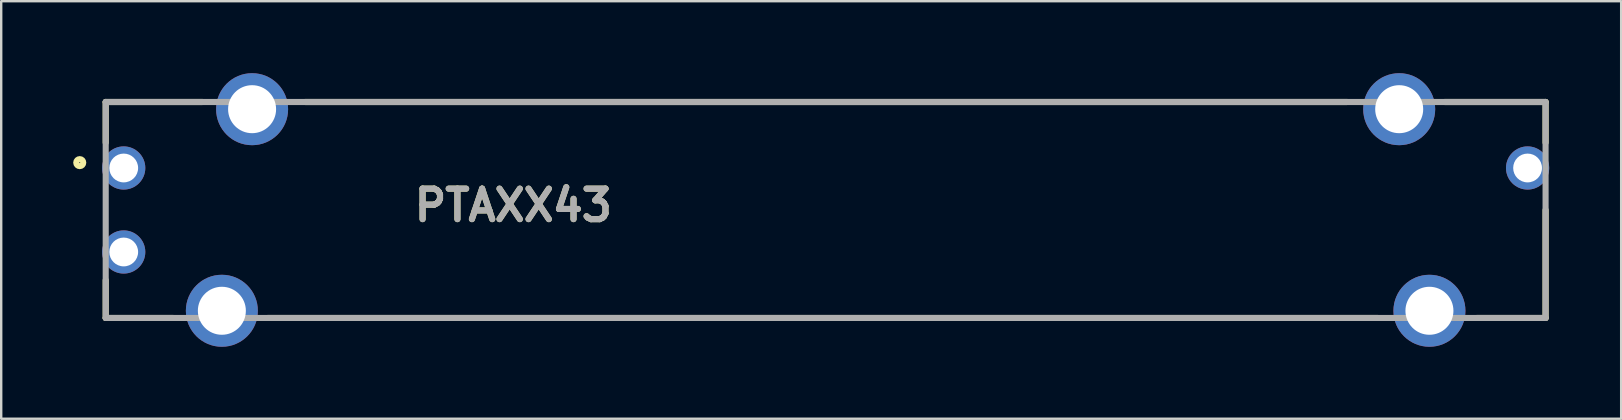
<source format=kicad_pcb>
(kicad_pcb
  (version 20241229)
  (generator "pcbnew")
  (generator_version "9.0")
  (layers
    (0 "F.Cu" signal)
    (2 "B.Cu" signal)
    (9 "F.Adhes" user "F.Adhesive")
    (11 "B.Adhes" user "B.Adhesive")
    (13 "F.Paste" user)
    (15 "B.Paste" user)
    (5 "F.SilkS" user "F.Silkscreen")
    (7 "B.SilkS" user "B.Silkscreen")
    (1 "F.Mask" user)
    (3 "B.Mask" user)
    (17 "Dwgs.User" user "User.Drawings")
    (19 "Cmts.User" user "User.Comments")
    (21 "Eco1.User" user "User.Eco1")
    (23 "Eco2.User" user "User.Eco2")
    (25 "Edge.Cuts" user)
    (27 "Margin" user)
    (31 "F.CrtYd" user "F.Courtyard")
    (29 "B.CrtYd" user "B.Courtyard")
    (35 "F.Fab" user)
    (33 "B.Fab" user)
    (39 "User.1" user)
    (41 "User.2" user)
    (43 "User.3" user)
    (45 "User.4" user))
  (footprint "PTAXX43"
    (layer "F.Cu")
    (at 31.355 5.7)
    (property "Reference" "PTAXX43" (at -13.016 -0.193 0) (layer "F.SilkS") (effects (font (size 1.27 1.27) (thickness 0.254))))
    (attr through_hole)
    (fp_line (start -30 -4.5) (end -30 -2.807) (stroke (width 0.254) (type solid)) (layer "F.SilkS"))
    (fp_line (start -30 -4.5) (end -25.967 -4.5) (stroke (width 0.254) (type solid)) (layer "F.SilkS"))
    (fp_line (start -30 4.5) (end -30 2.925) (stroke (width 0.254) (type solid)) (layer "F.SilkS"))
    (fp_line (start -30 4.5) (end -27.201 4.5) (stroke (width 0.254) (type solid)) (layer "F.SilkS"))
    (fp_line (start -23.247 4.5) (end 23.003 4.5) (stroke (width 0.254) (type solid)) (layer "F.SilkS"))
    (fp_line (start -21.687 -4.5) (end 21.733 -4.5) (stroke (width 0.254) (type solid)) (layer "F.SilkS"))
    (fp_line (start 30 -4.5) (end 25.796 -4.5) (stroke (width 0.254) (type solid)) (layer "F.SilkS"))
    (fp_line (start 30 -4.5) (end 30 -2.807) (stroke (width 0.254) (type solid)) (layer "F.SilkS"))
    (fp_line (start 30 4.5) (end 27.138 4.5) (stroke (width 0.254) (type solid)) (layer "F.SilkS"))
    (fp_line (start 30 4.5) (end 30 0) (stroke (width 0.254) (type solid)) (layer "F.SilkS"))
    (fp_circle (center -31.082 -1.973) (end -31.082 -1.827) (stroke (width 0.254) (type solid)) (fill no) (layer "F.SilkS"))
    (fp_line (start -30 -4.5) (end 30 -4.5) (stroke (width 0.254) (type solid)) (layer "F.Fab"))
    (fp_line (start -30 4.5) (end -30 -4.5) (stroke (width 0.254) (type solid)) (layer "F.Fab"))
    (fp_line (start 30 -4.5) (end 30 4.5) (stroke (width 0.254) (type solid)) (layer "F.Fab"))
    (fp_line (start 30 4.5) (end -30 4.5) (stroke (width 0.254) (type solid)) (layer "F.Fab"))
    (fp_text user "${REFERENCE}" (at -13.016 -0.193 0) (layer "F.Fab") (effects (font (size 1.27 1.27) (thickness 0.254))))
    (pad "1" thru_hole circle (at -29.25 -1.75) (size 1.8 1.8) (drill 1.2) (layers "*.Cu" "*.Mask"))
    (pad "2" thru_hole circle (at -29.25 1.75) (size 1.8 1.8) (drill 1.2) (layers "*.Cu" "*.Mask"))
    (pad "3" thru_hole circle (at 29.25 -1.75) (size 1.8 1.8) (drill 1.2) (layers "*.Cu" "*.Mask"))
    (pad "4" thru_hole circle (at 23.9 -4.2) (size 3 3) (drill 2) (layers "*.Cu" "*.Mask"))
    (pad "5" thru_hole circle (at -23.9 -4.2) (size 3 3) (drill 2) (layers "*.Cu" "*.Mask"))
    (pad "6" thru_hole circle (at -25.16 4.2) (size 3 3) (drill 2) (layers "*.Cu" "*.Mask"))
    (pad "7" thru_hole circle (at 25.16 4.2) (size 3 3) (drill 2) (layers "*.Cu" "*.Mask")))
  (gr_rect
    (start -3 -3)
    (end 64.505 14.4)
    (stroke (width 0.1) (type default))
    (fill no)
    (layer "Edge.Cuts")))
</source>
